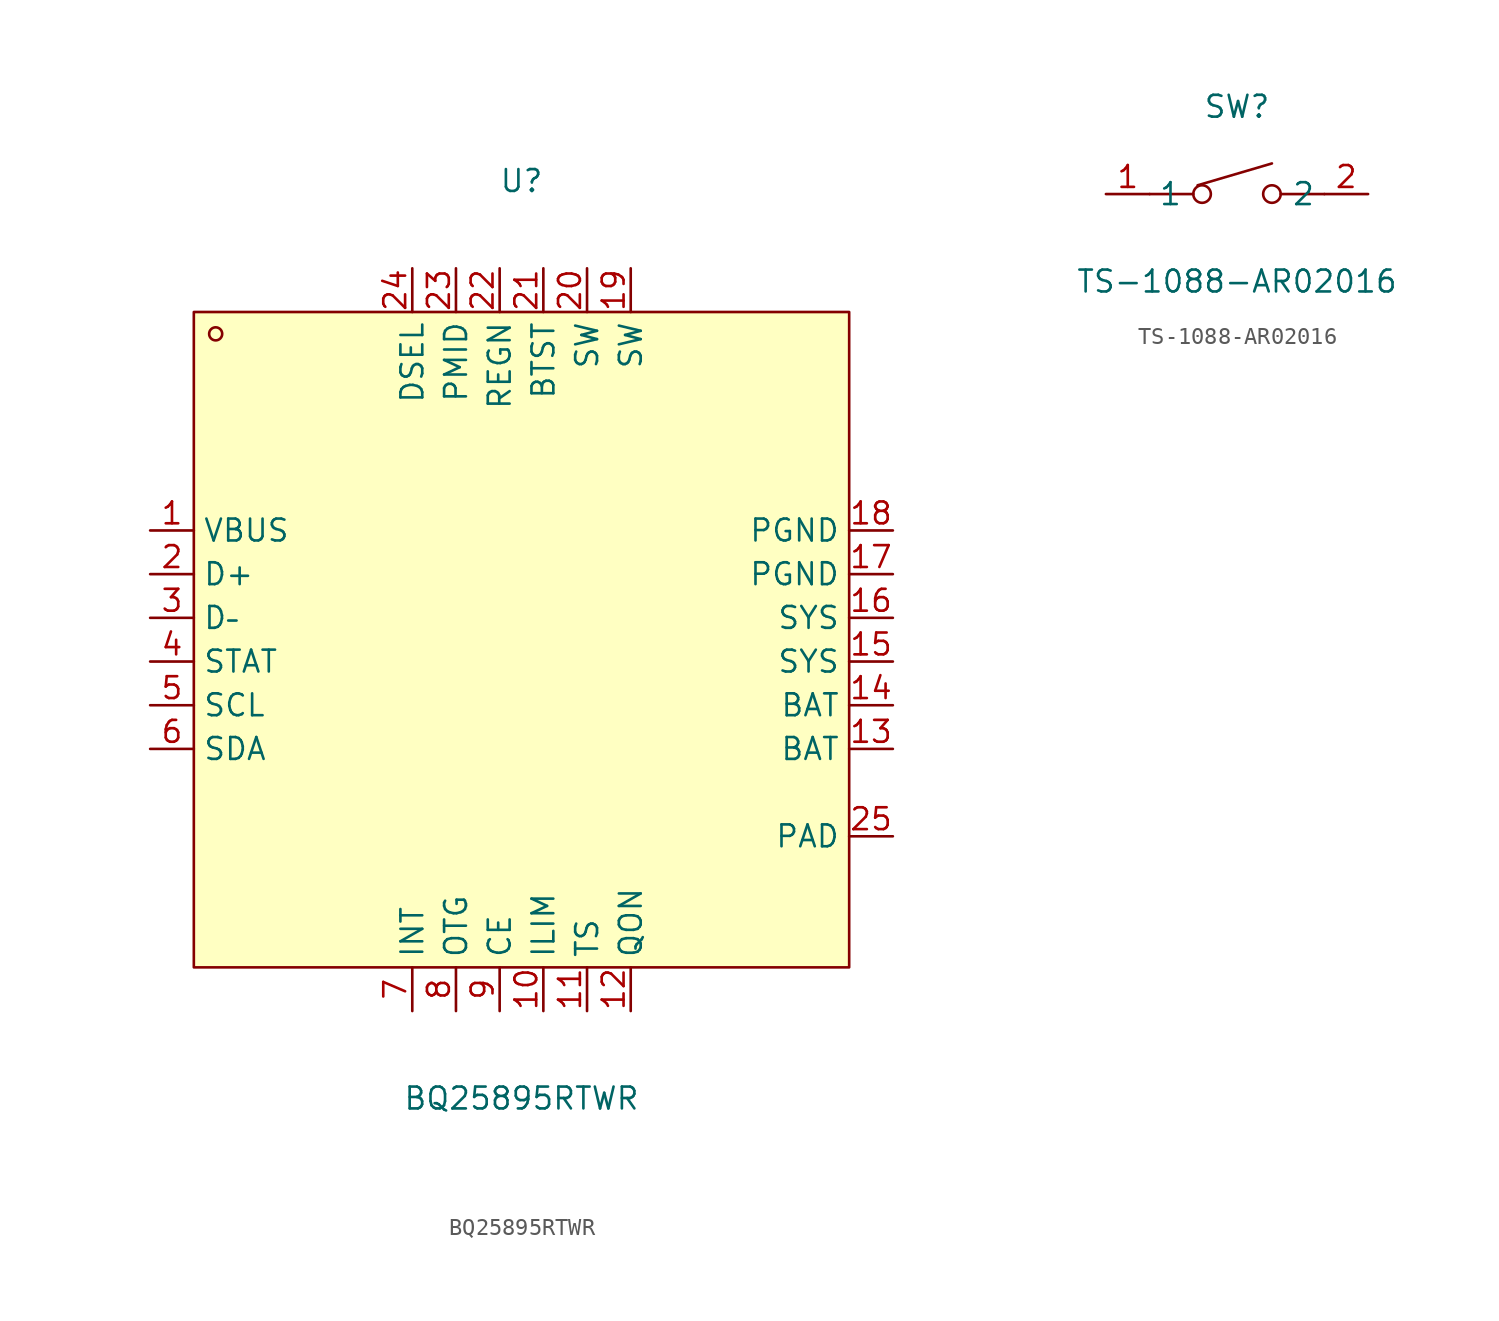
<source format=kicad_sym>
(kicad_symbol_lib
  (version 20241209)
  (generator "kicad_symbol_editor")
  (generator_version "9.0")
  (symbol "BQ25895RTWR"
    (property "Reference" "U"
      (at 0 26.67 0)
      (effects (font (size 1.27 1.27))))
    (property "Value" "BQ25895RTWR"
      (at 0 -26.67 0)
      (effects (font (size 1.27 1.27))))
    (symbol "BQ25895RTWR_0_1"
      (rectangle (start -19.05 19.05) (end 19.05 -19.05) (stroke (width 0) (type default)) (fill (type background)))
      (circle (center -17.78 17.78) (radius 0.38) (stroke (width 0) (type default)) (fill (type none)))
      (pin unspecified line (at -21.59 6.35 0) (length 2.54) (name "VBUS" (effects (font (size 1.27 1.27)))) (number "1" (effects (font (size 1.27 1.27)))))
      (pin unspecified line (at -21.59 3.81 0) (length 2.54) (name "D+" (effects (font (size 1.27 1.27)))) (number "2" (effects (font (size 1.27 1.27)))))
      (pin unspecified line (at -21.59 1.27 0) (length 2.54) (name "D–" (effects (font (size 1.27 1.27)))) (number "3" (effects (font (size 1.27 1.27)))))
      (pin unspecified line (at -21.59 -1.27 0) (length 2.54) (name "STAT" (effects (font (size 1.27 1.27)))) (number "4" (effects (font (size 1.27 1.27)))))
      (pin unspecified line (at -21.59 -3.81 0) (length 2.54) (name "SCL" (effects (font (size 1.27 1.27)))) (number "5" (effects (font (size 1.27 1.27)))))
      (pin unspecified line (at -21.59 -6.35 0) (length 2.54) (name "SDA" (effects (font (size 1.27 1.27)))) (number "6" (effects (font (size 1.27 1.27)))))
      (pin unspecified line (at -6.35 21.59 270) (length 2.54) (name "DSEL" (effects (font (size 1.27 1.27)))) (number "24" (effects (font (size 1.27 1.27)))))
      (pin unspecified line (at -6.35 -21.59 90) (length 2.54) (name "INT" (effects (font (size 1.27 1.27)))) (number "7" (effects (font (size 1.27 1.27)))))
      (pin unspecified line (at -3.81 21.59 270) (length 2.54) (name "PMID" (effects (font (size 1.27 1.27)))) (number "23" (effects (font (size 1.27 1.27)))))
      (pin unspecified line (at -3.81 -21.59 90) (length 2.54) (name "OTG" (effects (font (size 1.27 1.27)))) (number "8" (effects (font (size 1.27 1.27)))))
      (pin unspecified line (at -1.27 21.59 270) (length 2.54) (name "REGN" (effects (font (size 1.27 1.27)))) (number "22" (effects (font (size 1.27 1.27)))))
      (pin unspecified line (at -1.27 -21.59 90) (length 2.54) (name "CE" (effects (font (size 1.27 1.27)))) (number "9" (effects (font (size 1.27 1.27)))))
      (pin unspecified line (at 1.27 21.59 270) (length 2.54) (name "BTST" (effects (font (size 1.27 1.27)))) (number "21" (effects (font (size 1.27 1.27)))))
      (pin unspecified line (at 1.27 -21.59 90) (length 2.54) (name "ILIM" (effects (font (size 1.27 1.27)))) (number "10" (effects (font (size 1.27 1.27)))))
      (pin unspecified line (at 3.81 21.59 270) (length 2.54) (name "SW" (effects (font (size 1.27 1.27)))) (number "20" (effects (font (size 1.27 1.27)))))
      (pin unspecified line (at 3.81 -21.59 90) (length 2.54) (name "TS" (effects (font (size 1.27 1.27)))) (number "11" (effects (font (size 1.27 1.27)))))
      (pin unspecified line (at 6.35 21.59 270) (length 2.54) (name "SW" (effects (font (size 1.27 1.27)))) (number "19" (effects (font (size 1.27 1.27)))))
      (pin unspecified line (at 6.35 -21.59 90) (length 2.54) (name "QON" (effects (font (size 1.27 1.27)))) (number "12" (effects (font (size 1.27 1.27)))))
      (pin unspecified line (at 21.59 6.35 180) (length 2.54) (name "PGND" (effects (font (size 1.27 1.27)))) (number "18" (effects (font (size 1.27 1.27)))))
      (pin unspecified line (at 21.59 3.81 180) (length 2.54) (name "PGND" (effects (font (size 1.27 1.27)))) (number "17" (effects (font (size 1.27 1.27)))))
      (pin unspecified line (at 21.59 1.27 180) (length 2.54) (name "SYS" (effects (font (size 1.27 1.27)))) (number "16" (effects (font (size 1.27 1.27)))))
      (pin unspecified line (at 21.59 -1.27 180) (length 2.54) (name "SYS" (effects (font (size 1.27 1.27)))) (number "15" (effects (font (size 1.27 1.27)))))
      (pin unspecified line (at 21.59 -3.81 180) (length 2.54) (name "BAT" (effects (font (size 1.27 1.27)))) (number "14" (effects (font (size 1.27 1.27)))))
      (pin unspecified line (at 21.59 -6.35 180) (length 2.54) (name "BAT" (effects (font (size 1.27 1.27)))) (number "13" (effects (font (size 1.27 1.27)))))
      (pin unspecified line (at 21.59 -11.43 180) (length 2.54) (name "PAD" (effects (font (size 1.27 1.27)))) (number "25" (effects (font (size 1.27 1.27)))))))
  (symbol "TS-1088-AR02016"
    (property "Reference" "SW"
      (at 0 5.08 0)
      (effects (font (size 1.27 1.27))))
    (property "Value" "TS-1088-AR02016"
      (at 0 -5.08 0)
      (effects (font (size 1.27 1.27))))
    (symbol "TS-1088-AR02016_0_1"
      (polyline (pts (xy -5.08 0) (xy -2.54 0)) (stroke (width 0) (type default)) (fill (type none)))
      (polyline (pts (xy -2.29 0.51) (xy 2.03 1.78)) (stroke (width 0) (type default)) (fill (type none)))
      (circle (center -2.03 0) (radius 0.51) (stroke (width 0) (type default)) (fill (type none)))
      (circle (center 2.03 0) (radius 0.51) (stroke (width 0) (type default)) (fill (type none)))
      (polyline (pts (xy 5.08 0) (xy 2.54 0)) (stroke (width 0) (type default)) (fill (type none)))
      (pin passive line (at -7.62 0 0) (length 2.54) (name "1" (effects (font (size 1.27 1.27)))) (number "1" (effects (font (size 1.27 1.27)))))
      (pin passive line (at 7.62 0 180) (length 2.54) (name "2" (effects (font (size 1.27 1.27)))) (number "2" (effects (font (size 1.27 1.27))))))))
</source>
